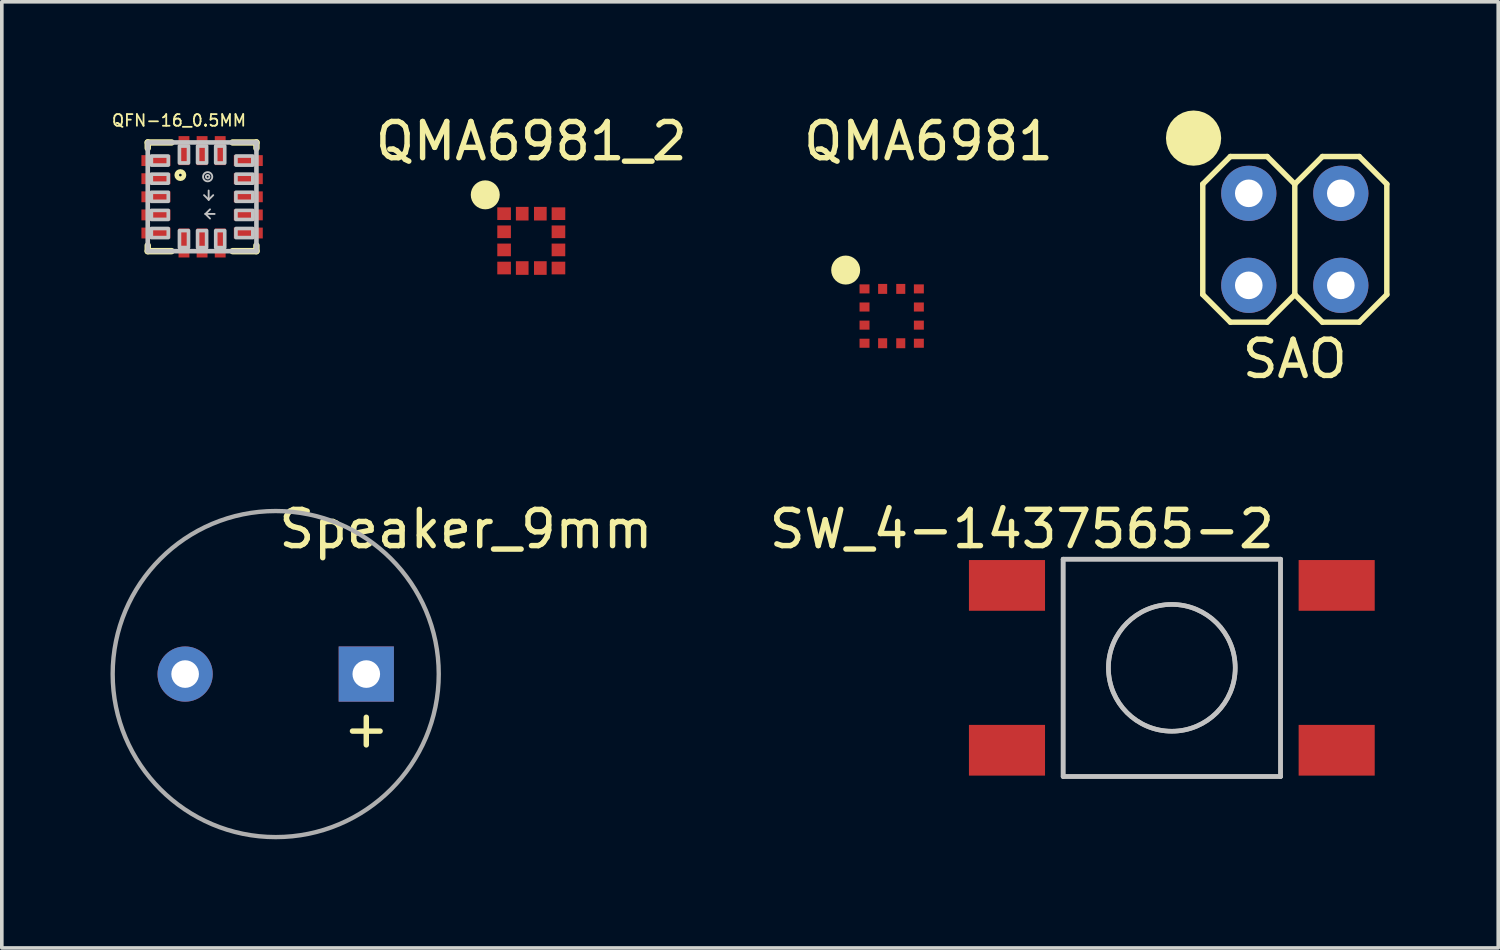
<source format=kicad_pcb>
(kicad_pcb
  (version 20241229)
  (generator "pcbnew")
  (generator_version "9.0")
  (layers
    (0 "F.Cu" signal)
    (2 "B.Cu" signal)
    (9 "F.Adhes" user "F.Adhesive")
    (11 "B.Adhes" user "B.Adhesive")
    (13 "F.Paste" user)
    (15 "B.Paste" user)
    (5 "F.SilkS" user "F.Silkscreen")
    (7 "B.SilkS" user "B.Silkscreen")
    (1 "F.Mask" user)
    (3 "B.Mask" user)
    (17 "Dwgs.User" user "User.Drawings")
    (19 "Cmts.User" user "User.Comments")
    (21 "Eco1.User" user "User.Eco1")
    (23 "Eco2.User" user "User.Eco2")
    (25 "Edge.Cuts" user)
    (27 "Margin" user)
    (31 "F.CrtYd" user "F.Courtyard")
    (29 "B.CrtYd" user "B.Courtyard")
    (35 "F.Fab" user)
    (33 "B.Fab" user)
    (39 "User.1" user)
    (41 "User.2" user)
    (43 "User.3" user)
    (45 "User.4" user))
  (footprint "SAO"
    (layer "F.Cu")
    (at 31.418 2.286)
    (property "Reference" "SAO" (at 1.27 4.572 0) (layer "F.SilkS") (effects (font (size 1 1) (thickness 0.15))))
    (attr through_hole)
    (fp_line (start -1.27 2.794) (end -1.27 -0.254) (stroke (width 0.15) (type solid)) (layer "F.SilkS"))
    (fp_line (start -0.508 -1.016) (end -1.27 -0.254) (stroke (width 0.15) (type solid)) (layer "F.SilkS"))
    (fp_line (start -0.508 3.556) (end -1.27 2.794) (stroke (width 0.15) (type solid)) (layer "F.SilkS"))
    (fp_line (start 0.508 -1.016) (end -0.508 -1.016) (stroke (width 0.15) (type solid)) (layer "F.SilkS"))
    (fp_line (start 0.508 3.556) (end -0.508 3.556) (stroke (width 0.15) (type solid)) (layer "F.SilkS"))
    (fp_line (start 1.27 -0.254) (end 0.508 -1.016) (stroke (width 0.15) (type solid)) (layer "F.SilkS"))
    (fp_line (start 1.27 -0.254) (end 1.27 2.794) (stroke (width 0.15) (type solid)) (layer "F.SilkS"))
    (fp_line (start 1.27 -0.254) (end 2.032 -1.016) (stroke (width 0.15) (type solid)) (layer "F.SilkS"))
    (fp_line (start 1.27 2.794) (end 0.508 3.556) (stroke (width 0.15) (type solid)) (layer "F.SilkS"))
    (fp_line (start 1.27 2.794) (end 2.032 3.556) (stroke (width 0.15) (type solid)) (layer "F.SilkS"))
    (fp_line (start 2.032 -1.016) (end 3.048 -1.016) (stroke (width 0.15) (type solid)) (layer "F.SilkS"))
    (fp_line (start 2.032 3.556) (end 3.048 3.556) (stroke (width 0.15) (type solid)) (layer "F.SilkS"))
    (fp_line (start 3.048 -1.016) (end 3.81 -0.254) (stroke (width 0.15) (type solid)) (layer "F.SilkS"))
    (fp_line (start 3.048 3.556) (end 3.81 2.794) (stroke (width 0.15) (type solid)) (layer "F.SilkS"))
    (fp_line (start 3.81 2.794) (end 3.81 -0.254) (stroke (width 0.15) (type solid)) (layer "F.SilkS"))
    (fp_circle (center -1.524 -1.524) (end -1.143 -1.524) (stroke (width 0.762) (type solid)) (fill no) (layer "F.SilkS"))
    (pad "GND" thru_hole circle (at 0 2.54) (size 1.524 1.524) (drill 0.762) (layers "*.Cu" "*.Mask"))
    (pad "SCL" thru_hole circle (at 2.54 2.54) (size 1.524 1.524) (drill 0.762) (layers "*.Cu" "*.Mask"))
    (pad "SDA" thru_hole circle (at 2.54 0) (size 1.524 1.524) (drill 0.762) (layers "*.Cu" "*.Mask"))
    (pad "VCC" thru_hole circle (at 0 0) (size 1.524 1.524) (drill 0.762) (layers "*.Cu" "*.Mask")))
  (footprint "QMA6981_2"
    (layer "F.Cu")
    (at 11.614 3.598)
    (property "Reference" "QMA6981_2" (at 0 -2.75 0) (layer "F.SilkS") (effects (font (size 1 1) (thickness 0.15))))
    (attr through_hole)
    (fp_poly (pts (xy -1.053 1.053) (xy -1.053 -1.053) (xy -0.473 -1.053) (xy -0.473 1.053)) (stroke (width 0.001) (type solid)) (fill yes) (layer "F.Mask"))
    (fp_poly (pts (xy 1.053 -0.473) (xy -1.053 -0.473) (xy -1.053 -1.053) (xy 1.053 -1.053)) (stroke (width 0.001) (type solid)) (fill yes) (layer "F.Mask"))
    (fp_poly (pts (xy 1.053 1.053) (xy -1.053 1.053) (xy -1.053 0.473) (xy 1.053 0.473)) (stroke (width 0.001) (type solid)) (fill yes) (layer "F.Mask"))
    (fp_poly (pts (xy 1.053 1.053) (xy 1.053 -1.053) (xy 0.473 -1.053) (xy 0.473 1.053)) (stroke (width 0.001) (type solid)) (fill yes) (layer "F.Mask"))
    (fp_circle (center -1.27 -1.27) (end -1.07 -1.27) (stroke (width 0.4) (type solid)) (fill no) (layer "F.SilkS"))
    (pad "1" smd rect (at -0.75 -0.75) (size 0.376 0.35) (layers "F.Cu" "F.Mask" "F.Paste"))
    (pad "2" smd rect (at -0.75 -0.25) (size 0.376 0.35) (layers "F.Cu" "F.Mask" "F.Paste"))
    (pad "3" smd rect (at -0.75 0.25) (size 0.376 0.35) (layers "F.Cu" "F.Mask" "F.Paste"))
    (pad "4" smd rect (at -0.75 0.75) (size 0.376 0.35) (layers "F.Cu" "F.Mask" "F.Paste"))
    (pad "5" smd rect (at -0.25 0.75 90) (size 0.376 0.35) (layers "F.Cu" "F.Mask" "F.Paste"))
    (pad "6" smd rect (at 0.25 0.75 90) (size 0.376 0.35) (layers "F.Cu" "F.Mask" "F.Paste"))
    (pad "7" smd rect (at 0.75 0.75) (size 0.376 0.35) (layers "F.Cu" "F.Mask" "F.Paste"))
    (pad "8" smd rect (at 0.75 0.25) (size 0.376 0.35) (layers "F.Cu" "F.Mask" "F.Paste"))
    (pad "9" smd rect (at 0.75 -0.25) (size 0.376 0.35) (layers "F.Cu" "F.Mask" "F.Paste"))
    (pad "10" smd rect (at 0.75 -0.75) (size 0.376 0.35) (layers "F.Cu" "F.Mask" "F.Paste"))
    (pad "11" smd rect (at 0.25 -0.75 90) (size 0.376 0.35) (layers "F.Cu" "F.Mask" "F.Paste"))
    (pad "12" smd rect (at -0.25 -0.75 90) (size 0.376 0.35) (layers "F.Cu" "F.Mask" "F.Paste")))
  (footprint "QFN-16_0.5MM"
    (layer "F.Cu")
    (at 2.528 2.382)
    (property "Reference" "QFN-16_0.5MM" (at -0.638 -2.107 0) (layer "F.SilkS") (effects (font (size 0.321 0.321) (thickness 0.05))))
    (attr smd)
    (fp_line (start -1.5 -1.5) (end -0.843 -1.5) (stroke (width 0.178) (type solid)) (layer "F.SilkS"))
    (fp_line (start -1.5 -1.343) (end -1.5 -1.5) (stroke (width 0.178) (type solid)) (layer "F.SilkS"))
    (fp_line (start -1.5 1.343) (end -1.5 1.5) (stroke (width 0.178) (type solid)) (layer "F.SilkS"))
    (fp_line (start -1.5 1.5) (end -0.843 1.5) (stroke (width 0.178) (type solid)) (layer "F.SilkS"))
    (fp_line (start 1.5 -1.5) (end 0.843 -1.5) (stroke (width 0.178) (type solid)) (layer "F.SilkS"))
    (fp_line (start 1.5 -1.343) (end 1.5 -1.5) (stroke (width 0.178) (type solid)) (layer "F.SilkS"))
    (fp_line (start 1.5 1.343) (end 1.5 1.5) (stroke (width 0.178) (type solid)) (layer "F.SilkS"))
    (fp_line (start 1.5 1.5) (end 0.843 1.5) (stroke (width 0.178) (type solid)) (layer "F.SilkS"))
    (fp_circle (center -0.6 -0.6) (end -0.5 -0.6) (stroke (width 0.127) (type solid)) (fill no) (layer "F.SilkS"))
    (fp_line (start -1.5 -1.5) (end 1.5 -1.5) (stroke (width 0.127) (type solid)) (layer "Dwgs.User"))
    (fp_line (start -1.5 1.5) (end -1.5 -1.5) (stroke (width 0.127) (type solid)) (layer "Dwgs.User"))
    (fp_line (start 0.092 0.473) (end 0.219 0.346) (stroke (width 0.051) (type solid)) (layer "Dwgs.User"))
    (fp_line (start 0.092 0.473) (end 0.219 0.6) (stroke (width 0.051) (type solid)) (layer "Dwgs.User"))
    (fp_line (start 0.181 -0.173) (end 0.181 0.081) (stroke (width 0.051) (type solid)) (layer "Dwgs.User"))
    (fp_line (start 0.181 0.081) (end 0.054 -0.046) (stroke (width 0.051) (type solid)) (layer "Dwgs.User"))
    (fp_line (start 0.181 0.081) (end 0.308 -0.046) (stroke (width 0.051) (type solid)) (layer "Dwgs.User"))
    (fp_line (start 0.346 0.473) (end 0.092 0.473) (stroke (width 0.051) (type solid)) (layer "Dwgs.User"))
    (fp_line (start 1.5 -1.5) (end 1.5 1.5) (stroke (width 0.127) (type solid)) (layer "Dwgs.User"))
    (fp_line (start 1.5 1.5) (end -1.5 1.5) (stroke (width 0.127) (type solid)) (layer "Dwgs.User"))
    (fp_circle (center 0.154 -0.554) (end 0.179 -0.554) (stroke (width 0.051) (type solid)) (fill no) (layer "Dwgs.User"))
    (fp_circle (center 0.154 -0.554) (end 0.281 -0.554) (stroke (width 0.051) (type solid)) (fill no) (layer "Dwgs.User"))
    (fp_poly (pts (xy -1.402 -0.625) (xy -0.933 -0.625) (xy -0.933 -0.376) (xy -1.402 -0.376)) (stroke (width 0.1) (type solid)) (fill no) (layer "Dwgs.User"))
    (fp_poly (pts (xy -1.401 -0.125) (xy -0.933 -0.125) (xy -0.933 0.125) (xy -1.401 0.125)) (stroke (width 0.1) (type solid)) (fill no) (layer "Dwgs.User"))
    (fp_poly (pts (xy -1.401 0.875) (xy -0.933 0.875) (xy -0.933 1.126) (xy -1.401 1.126)) (stroke (width 0.1) (type solid)) (fill no) (layer "Dwgs.User"))
    (fp_poly (pts (xy -1.4 0.375) (xy -0.933 0.375) (xy -0.933 0.625) (xy -1.4 0.625)) (stroke (width 0.1) (type solid)) (fill no) (layer "Dwgs.User"))
    (fp_poly (pts (xy -1.4 -1.125) (xy -0.933 -1.125) (xy -0.933 -0.875) (xy -1.4 -0.875)) (stroke (width 0.1) (type solid)) (fill no) (layer "Dwgs.User"))
    (fp_poly (pts (xy -0.625 0.933) (xy -0.375 0.933) (xy -0.375 1.401) (xy -0.625 1.401)) (stroke (width 0.1) (type solid)) (fill no) (layer "Dwgs.User"))
    (fp_poly (pts (xy -0.375 -0.934) (xy -0.626 -0.934) (xy -0.626 -1.4) (xy -0.375 -1.4)) (stroke (width 0.1) (type solid)) (fill no) (layer "Dwgs.User"))
    (fp_poly (pts (xy -0.125 0.933) (xy 0.125 0.933) (xy 0.125 1.403) (xy -0.125 1.403)) (stroke (width 0.1) (type solid)) (fill no) (layer "Dwgs.User"))
    (fp_poly (pts (xy 0.125 -0.934) (xy -0.125 -0.934) (xy -0.125 -1.4) (xy 0.125 -1.4)) (stroke (width 0.1) (type solid)) (fill no) (layer "Dwgs.User"))
    (fp_poly (pts (xy 0.376 0.933) (xy 0.625 0.933) (xy 0.625 1.402) (xy 0.376 1.402)) (stroke (width 0.1) (type solid)) (fill no) (layer "Dwgs.User"))
    (fp_poly (pts (xy 0.625 -0.933) (xy 0.375 -0.933) (xy 0.375 -1.4) (xy 0.625 -1.4)) (stroke (width 0.1) (type solid)) (fill no) (layer "Dwgs.User"))
    (fp_poly (pts (xy 1.4 -0.875) (xy 0.934 -0.875) (xy 0.934 -1.125) (xy 1.4 -1.125)) (stroke (width 0.1) (type solid)) (fill no) (layer "Dwgs.User"))
    (fp_poly (pts (xy 1.4 -0.375) (xy 0.934 -0.375) (xy 0.934 -0.625) (xy 1.4 -0.625)) (stroke (width 0.1) (type solid)) (fill no) (layer "Dwgs.User"))
    (fp_poly (pts (xy 1.4 0.125) (xy 0.933 0.125) (xy 0.933 -0.125) (xy 1.4 -0.125)) (stroke (width 0.1) (type solid)) (fill no) (layer "Dwgs.User"))
    (fp_poly (pts (xy 1.4 0.626) (xy 0.934 0.626) (xy 0.934 0.375) (xy 1.4 0.375)) (stroke (width 0.1) (type solid)) (fill no) (layer "Dwgs.User"))
    (fp_poly (pts (xy 1.4 1.126) (xy 0.934 1.126) (xy 0.934 0.875) (xy 1.4 0.875)) (stroke (width 0.1) (type solid)) (fill no) (layer "Dwgs.User"))
    (fp_text user "X" (at -0.3 0.601 0) (layer "Edge.Cuts") (effects (font (size 1 1) (thickness 0.05))))
    (fp_text user "Y" (at -0.3 0.1 0) (layer "Edge.Cuts") (effects (font (size 1 1) (thickness 0.05))))
    (fp_text user "Z" (at -0.3 -0.4 0) (layer "Edge.Cuts") (effects (font (size 1 1) (thickness 0.05))))
    (pad "1" smd rect (at -1.275 -1 270) (size 0.3 0.8) (layers "F.Cu" "F.Mask" "F.Paste"))
    (pad "2" smd rect (at -1.275 -0.5 270) (size 0.3 0.8) (layers "F.Cu" "F.Mask" "F.Paste"))
    (pad "3" smd rect (at -1.275 0 270) (size 0.3 0.8) (layers "F.Cu" "F.Mask" "F.Paste"))
    (pad "4" smd rect (at -1.275 0.5 270) (size 0.3 0.8) (layers "F.Cu" "F.Mask" "F.Paste"))
    (pad "5" smd rect (at -1.275 1 270) (size 0.3 0.8) (layers "F.Cu" "F.Mask" "F.Paste"))
    (pad "6" smd rect (at -0.5 1.275) (size 0.3 0.8) (layers "F.Cu" "F.Mask" "F.Paste"))
    (pad "7" smd rect (at 0 1.275) (size 0.3 0.8) (layers "F.Cu" "F.Mask" "F.Paste"))
    (pad "8" smd rect (at 0.5 1.275) (size 0.3 0.8) (layers "F.Cu" "F.Mask" "F.Paste"))
    (pad "9" smd rect (at 1.275 1 90) (size 0.3 0.8) (layers "F.Cu" "F.Mask" "F.Paste"))
    (pad "10" smd rect (at 1.275 0.5 90) (size 0.3 0.8) (layers "F.Cu" "F.Mask" "F.Paste"))
    (pad "11" smd rect (at 1.275 0 90) (size 0.3 0.8) (layers "F.Cu" "F.Mask" "F.Paste"))
    (pad "12" smd rect (at 1.275 -0.5 90) (size 0.3 0.8) (layers "F.Cu" "F.Mask" "F.Paste"))
    (pad "13" smd rect (at 1.275 -1 90) (size 0.3 0.8) (layers "F.Cu" "F.Mask" "F.Paste"))
    (pad "14" smd rect (at 0.5 -1.275 180) (size 0.3 0.8) (layers "F.Cu" "F.Mask" "F.Paste"))
    (pad "15" smd rect (at 0 -1.275 180) (size 0.3 0.8) (layers "F.Cu" "F.Mask" "F.Paste"))
    (pad "16" smd rect (at -0.5 -1.275 180) (size 0.3 0.8) (layers "F.Cu" "F.Mask" "F.Paste")))
  (footprint "Speaker_9mm"
    (layer "F.Cu")
    (at 4.56 15.555)
    (property "Reference" "Speaker_9mm" (at 5.25 -4 0) (layer "F.SilkS") (effects (font (size 1 1) (thickness 0.15))))
    (attr through_hole)
    (fp_circle (center 0 0) (end 4.5 0) (stroke (width 0.12) (type solid)) (fill no) (layer "F.Fab"))
    (fp_text user "+" (at 2.5 1.5 0) (layer "F.SilkS") (effects (font (size 1 1) (thickness 0.15))))
    (pad "1" thru_hole rect (at 2.5 0) (size 1.524 1.524) (drill 0.762) (layers "*.Cu" "*.Mask"))
    (pad "2" thru_hole circle (at -2.5 0) (size 1.524 1.524) (drill 0.762) (layers "*.Cu" "*.Mask")))
  (footprint "QMA6981"
    (layer "F.Cu")
    (at 21.562 5.674)
    (property "Reference" "QMA6981" (at 1.016 -4.826 0) (layer "F.SilkS") (effects (font (size 1 1) (thickness 0.15))))
    (attr through_hole)
    (fp_circle (center -1.27 -1.27) (end -1.07 -1.27) (stroke (width 0.4) (type solid)) (fill no) (layer "F.SilkS"))
    (pad "1" smd rect (at -0.75 -0.75) (size 0.275 0.25) (layers "F.Cu" "F.Mask" "F.Paste"))
    (pad "2" smd rect (at -0.75 -0.25) (size 0.275 0.25) (layers "F.Cu" "F.Mask" "F.Paste"))
    (pad "3" smd rect (at -0.75 0.25) (size 0.275 0.25) (layers "F.Cu" "F.Mask" "F.Paste"))
    (pad "4" smd rect (at -0.75 0.75) (size 0.275 0.25) (layers "F.Cu" "F.Mask" "F.Paste"))
    (pad "5" smd rect (at -0.25 0.75 90) (size 0.275 0.25) (layers "F.Cu" "F.Mask" "F.Paste"))
    (pad "6" smd rect (at 0.25 0.75 90) (size 0.275 0.25) (layers "F.Cu" "F.Mask" "F.Paste"))
    (pad "7" smd rect (at 0.75 0.75) (size 0.275 0.25) (layers "F.Cu" "F.Mask" "F.Paste"))
    (pad "8" smd rect (at 0.75 0.25) (size 0.275 0.25) (layers "F.Cu" "F.Mask" "F.Paste"))
    (pad "9" smd rect (at 0.75 -0.25) (size 0.275 0.25) (layers "F.Cu" "F.Mask" "F.Paste"))
    (pad "10" smd rect (at 0.75 -0.75) (size 0.275 0.25) (layers "F.Cu" "F.Mask" "F.Paste"))
    (pad "11" smd rect (at 0.25 -0.75 90) (size 0.275 0.25) (layers "F.Cu" "F.Mask" "F.Paste"))
    (pad "12" smd rect (at -0.25 -0.75 90) (size 0.275 0.25) (layers "F.Cu" "F.Mask" "F.Paste")))
  (footprint "SW_4-1437565-2"
    (layer "F.Cu")
    (at 29.294 15.383)
    (property "Reference" "SW_4-1437565-2" (at -4.139 -3.829 0) (layer "F.SilkS") (effects (font (size 1 1) (thickness 0.15))))
    (attr smd)
    (fp_line (start -3 -3) (end 3 -3) (stroke (width 0.127) (type solid)) (layer "Dwgs.User"))
    (fp_line (start -3 3) (end -3 -3) (stroke (width 0.127) (type solid)) (layer "Dwgs.User"))
    (fp_line (start 3 -3) (end 3 3) (stroke (width 0.127) (type solid)) (layer "Dwgs.User"))
    (fp_line (start 3 3) (end -3 3) (stroke (width 0.127) (type solid)) (layer "Dwgs.User"))
    (fp_circle (center 0 0) (end 1.75 0) (stroke (width 0.127) (type solid)) (fill no) (layer "Dwgs.User"))
    (fp_line (start -5.914 -3.25) (end 5.914 -3.25) (stroke (width 0.05) (type solid)) (layer "Eco1.User"))
    (fp_line (start -5.914 3.25) (end -5.914 -3.25) (stroke (width 0.05) (type solid)) (layer "Eco1.User"))
    (fp_line (start 5.914 -3.25) (end 5.914 3.25) (stroke (width 0.05) (type solid)) (layer "Eco1.User"))
    (fp_line (start 5.914 3.25) (end -5.914 3.25) (stroke (width 0.05) (type solid)) (layer "Eco1.User"))
    (fp_line (start -3 -2.997) (end -3 2.997) (stroke (width 0.127) (type solid)) (layer "F.Fab"))
    (fp_line (start -2.992 3) (end 3.002 3) (stroke (width 0.127) (type solid)) (layer "F.Fab"))
    (fp_line (start 3.002 -2.997) (end -3 -2.997) (stroke (width 0.127) (type solid)) (layer "F.Fab"))
    (fp_line (start 3.002 3) (end 3.002 -2.997) (stroke (width 0.127) (type solid)) (layer "F.Fab"))
    (fp_circle (center 0 0) (end 1.75 0) (stroke (width 0.127) (type solid)) (fill no) (layer "F.Fab"))
    (pad "1" smd rect (at -4.55 -2.275) (size 2.1 1.4) (layers "F.Cu" "F.Mask" "F.Paste"))
    (pad "2" smd rect (at 4.55 -2.275) (size 2.1 1.4) (layers "F.Cu" "F.Mask" "F.Paste"))
    (pad "3" smd rect (at -4.55 2.275) (size 2.1 1.4) (layers "F.Cu" "F.Mask" "F.Paste"))
    (pad "4" smd rect (at 4.55 2.275) (size 2.1 1.4) (layers "F.Cu" "F.Mask" "F.Paste")))
  (gr_rect
    (start -3 -3)
    (end 38.303 23.114)
    (stroke (width 0.1) (type default))
    (fill no)
    (layer "Edge.Cuts")))
</source>
